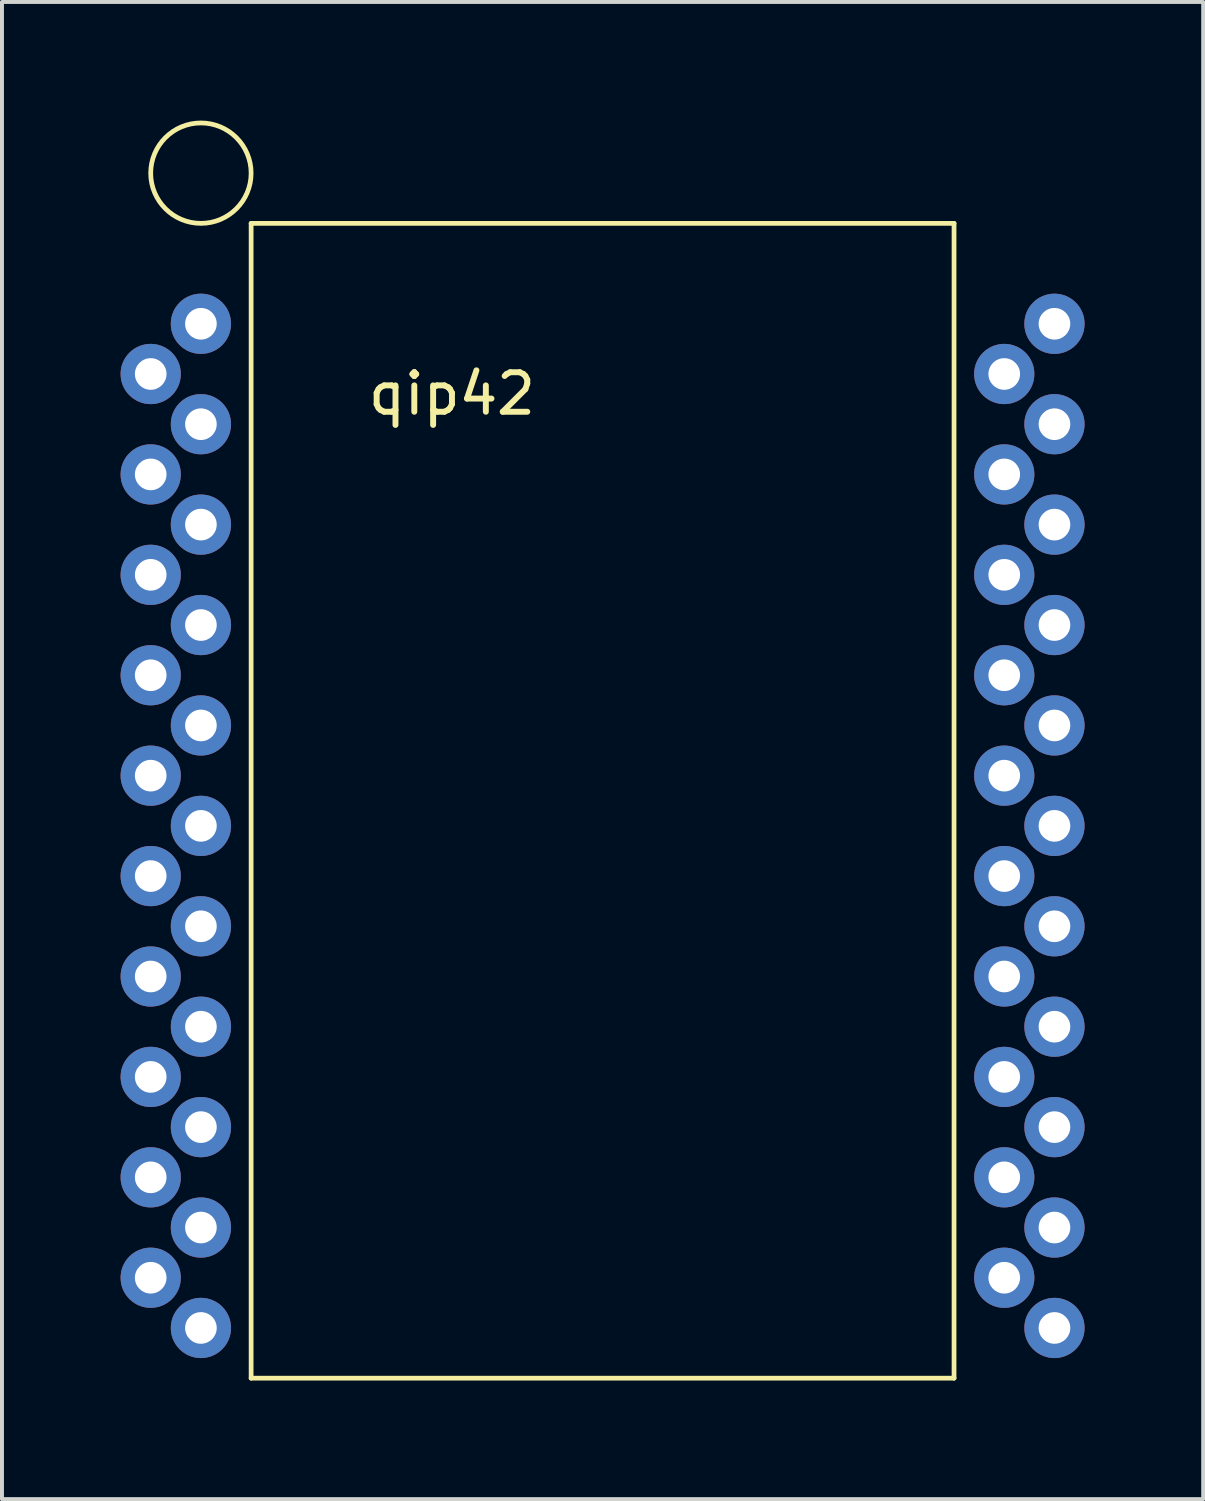
<source format=kicad_pcb>
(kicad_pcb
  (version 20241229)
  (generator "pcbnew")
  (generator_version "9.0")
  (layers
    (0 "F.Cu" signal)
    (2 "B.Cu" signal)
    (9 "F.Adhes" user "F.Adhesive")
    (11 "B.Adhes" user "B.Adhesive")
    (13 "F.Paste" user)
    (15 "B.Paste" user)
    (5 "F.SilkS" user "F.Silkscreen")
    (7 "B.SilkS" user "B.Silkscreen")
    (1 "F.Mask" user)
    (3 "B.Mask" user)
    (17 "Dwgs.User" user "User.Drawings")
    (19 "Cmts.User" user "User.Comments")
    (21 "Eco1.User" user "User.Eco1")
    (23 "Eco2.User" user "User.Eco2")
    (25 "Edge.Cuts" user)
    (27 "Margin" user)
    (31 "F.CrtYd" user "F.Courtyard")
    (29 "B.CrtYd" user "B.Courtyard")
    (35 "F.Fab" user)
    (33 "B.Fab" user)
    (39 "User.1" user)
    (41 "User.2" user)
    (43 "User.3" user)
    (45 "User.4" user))
  (footprint "qip42"
    (layer "F.Cu")
    (at 8.382 6.41)
    (property "Reference" "qip42" (at 0 0.5 0) (layer "F.SilkS") (effects (font (size 1 1) (thickness 0.15))))
    (attr through_hole)
    (fp_line (start -5.08 -3.81) (end -5.08 25.4) (stroke (width 0.12) (type solid)) (layer "F.SilkS"))
    (fp_line (start -5.08 25.4) (end 12.7 25.4) (stroke (width 0.12) (type solid)) (layer "F.SilkS"))
    (fp_line (start 12.7 -3.81) (end -5.08 -3.81) (stroke (width 0.12) (type solid)) (layer "F.SilkS"))
    (fp_line (start 12.7 25.4) (end 12.7 -3.81) (stroke (width 0.12) (type solid)) (layer "F.SilkS"))
    (fp_circle (center -6.35 -5.08) (end -5.08 -5.08) (stroke (width 0.12) (type solid)) (fill no) (layer "F.SilkS"))
    (pad "1" thru_hole circle (at -6.35 -1.27) (size 1.524 1.524) (drill 0.8) (layers "*.Cu" "*.Mask"))
    (pad "2" thru_hole circle (at -7.62 0) (size 1.524 1.524) (drill 0.8) (layers "*.Cu" "*.Mask"))
    (pad "3" thru_hole circle (at -6.35 1.27) (size 1.524 1.524) (drill 0.8) (layers "*.Cu" "*.Mask"))
    (pad "4" thru_hole circle (at -7.62 2.54) (size 1.524 1.524) (drill 0.8) (layers "*.Cu" "*.Mask"))
    (pad "5" thru_hole circle (at -6.35 3.81) (size 1.524 1.524) (drill 0.8) (layers "*.Cu" "*.Mask"))
    (pad "6" thru_hole circle (at -7.62 5.08) (size 1.524 1.524) (drill 0.8) (layers "*.Cu" "*.Mask"))
    (pad "7" thru_hole circle (at -6.35 6.35) (size 1.524 1.524) (drill 0.8) (layers "*.Cu" "*.Mask"))
    (pad "8" thru_hole circle (at -7.62 7.62) (size 1.524 1.524) (drill 0.8) (layers "*.Cu" "*.Mask"))
    (pad "9" thru_hole circle (at -6.35 8.89) (size 1.524 1.524) (drill 0.8) (layers "*.Cu" "*.Mask"))
    (pad "10" thru_hole circle (at -7.62 10.16) (size 1.524 1.524) (drill 0.8) (layers "*.Cu" "*.Mask"))
    (pad "11" thru_hole circle (at -6.35 11.43) (size 1.524 1.524) (drill 0.8) (layers "*.Cu" "*.Mask"))
    (pad "12" thru_hole circle (at -7.62 12.7) (size 1.524 1.524) (drill 0.8) (layers "*.Cu" "*.Mask"))
    (pad "13" thru_hole circle (at -6.35 13.97) (size 1.524 1.524) (drill 0.8) (layers "*.Cu" "*.Mask"))
    (pad "14" thru_hole circle (at -7.62 15.24) (size 1.524 1.524) (drill 0.8) (layers "*.Cu" "*.Mask"))
    (pad "15" thru_hole circle (at -6.35 16.51) (size 1.524 1.524) (drill 0.8) (layers "*.Cu" "*.Mask"))
    (pad "16" thru_hole circle (at -7.62 17.78) (size 1.524 1.524) (drill 0.8) (layers "*.Cu" "*.Mask"))
    (pad "17" thru_hole circle (at -6.35 19.05) (size 1.524 1.524) (drill 0.8) (layers "*.Cu" "*.Mask"))
    (pad "18" thru_hole circle (at -7.62 20.32) (size 1.524 1.524) (drill 0.8) (layers "*.Cu" "*.Mask"))
    (pad "19" thru_hole circle (at -6.35 21.59) (size 1.524 1.524) (drill 0.8) (layers "*.Cu" "*.Mask"))
    (pad "20" thru_hole circle (at -7.62 22.86) (size 1.524 1.524) (drill 0.8) (layers "*.Cu" "*.Mask"))
    (pad "21" thru_hole circle (at -6.35 24.13) (size 1.524 1.524) (drill 0.8) (layers "*.Cu" "*.Mask"))
    (pad "22" thru_hole circle (at 15.24 24.13) (size 1.524 1.524) (drill 0.8) (layers "*.Cu" "*.Mask"))
    (pad "23" thru_hole circle (at 13.97 22.86) (size 1.524 1.524) (drill 0.8) (layers "*.Cu" "*.Mask"))
    (pad "24" thru_hole circle (at 15.24 21.59) (size 1.524 1.524) (drill 0.8) (layers "*.Cu" "*.Mask"))
    (pad "25" thru_hole circle (at 13.97 20.32) (size 1.524 1.524) (drill 0.8) (layers "*.Cu" "*.Mask"))
    (pad "26" thru_hole circle (at 15.24 19.05) (size 1.524 1.524) (drill 0.8) (layers "*.Cu" "*.Mask"))
    (pad "27" thru_hole circle (at 13.97 17.78) (size 1.524 1.524) (drill 0.8) (layers "*.Cu" "*.Mask"))
    (pad "28" thru_hole circle (at 15.24 16.51) (size 1.524 1.524) (drill 0.8) (layers "*.Cu" "*.Mask"))
    (pad "29" thru_hole circle (at 13.97 15.24) (size 1.524 1.524) (drill 0.8) (layers "*.Cu" "*.Mask"))
    (pad "30" thru_hole circle (at 15.24 13.97) (size 1.524 1.524) (drill 0.8) (layers "*.Cu" "*.Mask"))
    (pad "31" thru_hole circle (at 13.97 12.7) (size 1.524 1.524) (drill 0.8) (layers "*.Cu" "*.Mask"))
    (pad "32" thru_hole circle (at 15.24 11.43) (size 1.524 1.524) (drill 0.8) (layers "*.Cu" "*.Mask"))
    (pad "33" thru_hole circle (at 13.97 10.16) (size 1.524 1.524) (drill 0.8) (layers "*.Cu" "*.Mask"))
    (pad "34" thru_hole circle (at 15.24 8.89) (size 1.524 1.524) (drill 0.8) (layers "*.Cu" "*.Mask"))
    (pad "35" thru_hole circle (at 13.97 7.62) (size 1.524 1.524) (drill 0.8) (layers "*.Cu" "*.Mask"))
    (pad "36" thru_hole circle (at 15.24 6.35) (size 1.524 1.524) (drill 0.8) (layers "*.Cu" "*.Mask"))
    (pad "37" thru_hole circle (at 13.97 5.08) (size 1.524 1.524) (drill 0.8) (layers "*.Cu" "*.Mask"))
    (pad "38" thru_hole circle (at 15.24 3.81) (size 1.524 1.524) (drill 0.8) (layers "*.Cu" "*.Mask"))
    (pad "39" thru_hole circle (at 13.97 2.54) (size 1.524 1.524) (drill 0.8) (layers "*.Cu" "*.Mask"))
    (pad "40" thru_hole circle (at 15.24 1.27) (size 1.524 1.524) (drill 0.8) (layers "*.Cu" "*.Mask"))
    (pad "41" thru_hole circle (at 13.97 0) (size 1.524 1.524) (drill 0.8) (layers "*.Cu" "*.Mask"))
    (pad "42" thru_hole circle (at 15.24 -1.27) (size 1.524 1.524) (drill 0.8) (layers "*.Cu" "*.Mask")))
  (gr_rect
    (start -3 -3)
    (end 27.384 34.87)
    (stroke (width 0.1) (type default))
    (fill no)
    (layer "Edge.Cuts")))
</source>
